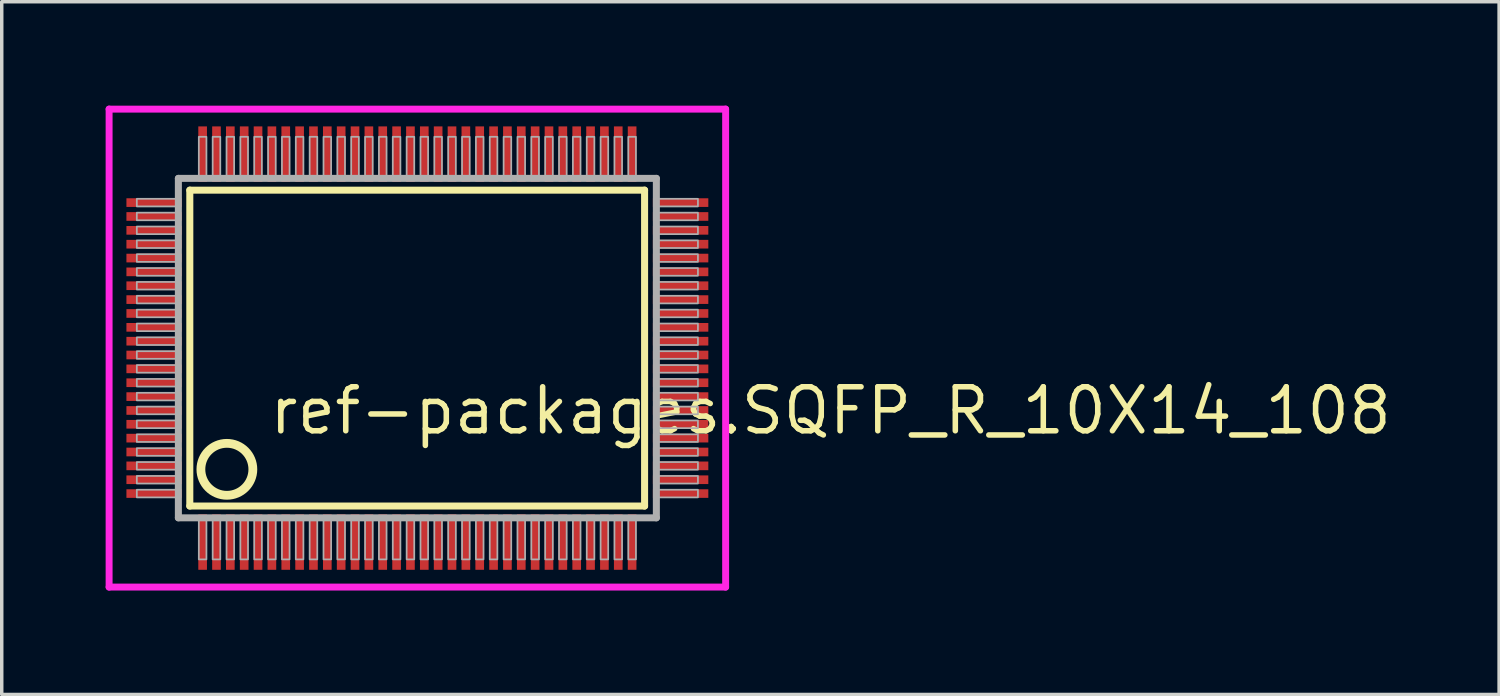
<source format=kicad_pcb>
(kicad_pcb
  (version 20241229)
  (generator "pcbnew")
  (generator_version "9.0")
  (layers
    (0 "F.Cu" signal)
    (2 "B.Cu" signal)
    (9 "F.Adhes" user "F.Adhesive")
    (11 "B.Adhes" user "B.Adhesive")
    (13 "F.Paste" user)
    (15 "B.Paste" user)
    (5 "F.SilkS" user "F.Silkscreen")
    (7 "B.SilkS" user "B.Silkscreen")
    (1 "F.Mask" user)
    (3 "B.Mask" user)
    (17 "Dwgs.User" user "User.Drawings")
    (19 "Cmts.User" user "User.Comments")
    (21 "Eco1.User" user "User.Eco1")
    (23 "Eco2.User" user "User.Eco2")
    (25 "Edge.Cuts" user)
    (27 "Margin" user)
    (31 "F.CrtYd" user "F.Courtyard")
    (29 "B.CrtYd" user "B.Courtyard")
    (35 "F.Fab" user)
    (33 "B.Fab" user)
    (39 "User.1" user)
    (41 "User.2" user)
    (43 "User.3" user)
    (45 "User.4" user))
  (footprint "ref-packages.SQFP_R_10X14_108"
    (layer "F.Cu")
    (at 9 7)
    (property "Reference" "ref-packages.SQFP_R_10X14_108" (at -4.35 2.55 0) (layer "F.SilkS") (effects (font (size 1.27 1.27) (thickness 0.16)) (justify left bottom)))
    (attr smd)
    (fp_line (start -6.57 -4.56) (end 6.56 -4.56) (stroke (width 0.203) (type default)) (layer "F.SilkS"))
    (fp_line (start -6.57 4.56) (end -6.57 -4.56) (stroke (width 0.203) (type default)) (layer "F.SilkS"))
    (fp_line (start 6.56 -4.56) (end 6.56 4.56) (stroke (width 0.203) (type default)) (layer "F.SilkS"))
    (fp_line (start 6.56 4.56) (end -6.57 4.56) (stroke (width 0.203) (type default)) (layer "F.SilkS"))
    (fp_circle (center -5.5 3.5) (end -4.75 3.5) (stroke (width 0.254) (type default)) (fill no) (layer "F.SilkS"))
    (fp_line (start -8.9 -6.9) (end 8.9 -6.9) (stroke (width 0.2) (type default)) (layer "F.CrtYd"))
    (fp_line (start -8.9 6.9) (end -8.9 -6.9) (stroke (width 0.2) (type default)) (layer "F.CrtYd"))
    (fp_line (start 8.9 -6.9) (end 8.9 6.9) (stroke (width 0.2) (type default)) (layer "F.CrtYd"))
    (fp_line (start 8.9 6.9) (end -8.9 6.9) (stroke (width 0.2) (type default)) (layer "F.CrtYd"))
    (fp_line (start -6.9 -4.9) (end -6.9 4.9) (stroke (width 0.203) (type default)) (layer "F.Fab"))
    (fp_line (start -6.9 4.9) (end 6.9 4.9) (stroke (width 0.203) (type default)) (layer "F.Fab"))
    (fp_line (start 6.9 -4.9) (end -6.9 -4.9) (stroke (width 0.203) (type default)) (layer "F.Fab"))
    (fp_line (start 6.9 4.9) (end 6.9 -4.9) (stroke (width 0.203) (type default)) (layer "F.Fab"))
    (fp_rect (start -8.1 -4.09) (end -6.95 -4.31) (stroke (width 0.05) (type default)) (fill no) (layer "F.Fab"))
    (fp_rect (start -8.1 -3.69) (end -6.95 -3.91) (stroke (width 0.05) (type default)) (fill no) (layer "F.Fab"))
    (fp_rect (start -8.1 -3.29) (end -6.95 -3.51) (stroke (width 0.05) (type default)) (fill no) (layer "F.Fab"))
    (fp_rect (start -8.1 -2.89) (end -6.95 -3.11) (stroke (width 0.05) (type default)) (fill no) (layer "F.Fab"))
    (fp_rect (start -8.1 -2.49) (end -6.95 -2.71) (stroke (width 0.05) (type default)) (fill no) (layer "F.Fab"))
    (fp_rect (start -8.1 -2.09) (end -6.95 -2.31) (stroke (width 0.05) (type default)) (fill no) (layer "F.Fab"))
    (fp_rect (start -8.1 -1.69) (end -6.95 -1.91) (stroke (width 0.05) (type default)) (fill no) (layer "F.Fab"))
    (fp_rect (start -8.1 -1.29) (end -6.95 -1.51) (stroke (width 0.05) (type default)) (fill no) (layer "F.Fab"))
    (fp_rect (start -8.1 -0.89) (end -6.95 -1.11) (stroke (width 0.05) (type default)) (fill no) (layer "F.Fab"))
    (fp_rect (start -8.1 -0.49) (end -6.95 -0.71) (stroke (width 0.05) (type default)) (fill no) (layer "F.Fab"))
    (fp_rect (start -8.1 -0.09) (end -6.95 -0.31) (stroke (width 0.05) (type default)) (fill no) (layer "F.Fab"))
    (fp_rect (start -8.1 0.31) (end -6.95 0.09) (stroke (width 0.05) (type default)) (fill no) (layer "F.Fab"))
    (fp_rect (start -8.1 0.71) (end -6.95 0.49) (stroke (width 0.05) (type default)) (fill no) (layer "F.Fab"))
    (fp_rect (start -8.1 1.11) (end -6.95 0.89) (stroke (width 0.05) (type default)) (fill no) (layer "F.Fab"))
    (fp_rect (start -8.1 1.51) (end -6.95 1.29) (stroke (width 0.05) (type default)) (fill no) (layer "F.Fab"))
    (fp_rect (start -8.1 1.91) (end -6.95 1.69) (stroke (width 0.05) (type default)) (fill no) (layer "F.Fab"))
    (fp_rect (start -8.1 2.31) (end -6.95 2.09) (stroke (width 0.05) (type default)) (fill no) (layer "F.Fab"))
    (fp_rect (start -8.1 2.71) (end -6.95 2.49) (stroke (width 0.05) (type default)) (fill no) (layer "F.Fab"))
    (fp_rect (start -8.1 3.11) (end -6.95 2.89) (stroke (width 0.05) (type default)) (fill no) (layer "F.Fab"))
    (fp_rect (start -8.1 3.51) (end -6.95 3.29) (stroke (width 0.05) (type default)) (fill no) (layer "F.Fab"))
    (fp_rect (start -8.1 3.91) (end -6.95 3.69) (stroke (width 0.05) (type default)) (fill no) (layer "F.Fab"))
    (fp_rect (start -8.1 4.31) (end -6.95 4.09) (stroke (width 0.05) (type default)) (fill no) (layer "F.Fab"))
    (fp_rect (start -6.31 -4.95) (end -6.09 -6.1) (stroke (width 0.05) (type default)) (fill no) (layer "F.Fab"))
    (fp_rect (start -6.31 6.1) (end -6.09 4.95) (stroke (width 0.05) (type default)) (fill no) (layer "F.Fab"))
    (fp_rect (start -5.91 -4.95) (end -5.69 -6.1) (stroke (width 0.05) (type default)) (fill no) (layer "F.Fab"))
    (fp_rect (start -5.91 6.1) (end -5.69 4.95) (stroke (width 0.05) (type default)) (fill no) (layer "F.Fab"))
    (fp_rect (start -5.51 -4.95) (end -5.29 -6.1) (stroke (width 0.05) (type default)) (fill no) (layer "F.Fab"))
    (fp_rect (start -5.51 6.1) (end -5.29 4.95) (stroke (width 0.05) (type default)) (fill no) (layer "F.Fab"))
    (fp_rect (start -5.11 -4.95) (end -4.89 -6.1) (stroke (width 0.05) (type default)) (fill no) (layer "F.Fab"))
    (fp_rect (start -5.11 6.1) (end -4.89 4.95) (stroke (width 0.05) (type default)) (fill no) (layer "F.Fab"))
    (fp_rect (start -4.71 -4.95) (end -4.49 -6.1) (stroke (width 0.05) (type default)) (fill no) (layer "F.Fab"))
    (fp_rect (start -4.71 6.1) (end -4.49 4.95) (stroke (width 0.05) (type default)) (fill no) (layer "F.Fab"))
    (fp_rect (start -4.31 -4.95) (end -4.09 -6.1) (stroke (width 0.05) (type default)) (fill no) (layer "F.Fab"))
    (fp_rect (start -4.31 6.1) (end -4.09 4.95) (stroke (width 0.05) (type default)) (fill no) (layer "F.Fab"))
    (fp_rect (start -3.91 -4.95) (end -3.69 -6.1) (stroke (width 0.05) (type default)) (fill no) (layer "F.Fab"))
    (fp_rect (start -3.91 6.1) (end -3.69 4.95) (stroke (width 0.05) (type default)) (fill no) (layer "F.Fab"))
    (fp_rect (start -3.51 -4.95) (end -3.29 -6.1) (stroke (width 0.05) (type default)) (fill no) (layer "F.Fab"))
    (fp_rect (start -3.51 6.1) (end -3.29 4.95) (stroke (width 0.05) (type default)) (fill no) (layer "F.Fab"))
    (fp_rect (start -3.11 -4.95) (end -2.89 -6.1) (stroke (width 0.05) (type default)) (fill no) (layer "F.Fab"))
    (fp_rect (start -3.11 6.1) (end -2.89 4.95) (stroke (width 0.05) (type default)) (fill no) (layer "F.Fab"))
    (fp_rect (start -2.71 -4.95) (end -2.49 -6.1) (stroke (width 0.05) (type default)) (fill no) (layer "F.Fab"))
    (fp_rect (start -2.71 6.1) (end -2.49 4.95) (stroke (width 0.05) (type default)) (fill no) (layer "F.Fab"))
    (fp_rect (start -2.31 -4.95) (end -2.09 -6.1) (stroke (width 0.05) (type default)) (fill no) (layer "F.Fab"))
    (fp_rect (start -2.31 6.1) (end -2.09 4.95) (stroke (width 0.05) (type default)) (fill no) (layer "F.Fab"))
    (fp_rect (start -1.91 -4.95) (end -1.69 -6.1) (stroke (width 0.05) (type default)) (fill no) (layer "F.Fab"))
    (fp_rect (start -1.91 6.1) (end -1.69 4.95) (stroke (width 0.05) (type default)) (fill no) (layer "F.Fab"))
    (fp_rect (start -1.51 -4.95) (end -1.29 -6.1) (stroke (width 0.05) (type default)) (fill no) (layer "F.Fab"))
    (fp_rect (start -1.51 6.1) (end -1.29 4.95) (stroke (width 0.05) (type default)) (fill no) (layer "F.Fab"))
    (fp_rect (start -1.11 -4.95) (end -0.89 -6.1) (stroke (width 0.05) (type default)) (fill no) (layer "F.Fab"))
    (fp_rect (start -1.11 6.1) (end -0.89 4.95) (stroke (width 0.05) (type default)) (fill no) (layer "F.Fab"))
    (fp_rect (start -0.71 -4.95) (end -0.49 -6.1) (stroke (width 0.05) (type default)) (fill no) (layer "F.Fab"))
    (fp_rect (start -0.71 6.1) (end -0.49 4.95) (stroke (width 0.05) (type default)) (fill no) (layer "F.Fab"))
    (fp_rect (start -0.31 -4.95) (end -0.09 -6.1) (stroke (width 0.05) (type default)) (fill no) (layer "F.Fab"))
    (fp_rect (start -0.31 6.1) (end -0.09 4.95) (stroke (width 0.05) (type default)) (fill no) (layer "F.Fab"))
    (fp_rect (start 0.09 -4.95) (end 0.31 -6.1) (stroke (width 0.05) (type default)) (fill no) (layer "F.Fab"))
    (fp_rect (start 0.09 6.1) (end 0.31 4.95) (stroke (width 0.05) (type default)) (fill no) (layer "F.Fab"))
    (fp_rect (start 0.49 -4.95) (end 0.71 -6.1) (stroke (width 0.05) (type default)) (fill no) (layer "F.Fab"))
    (fp_rect (start 0.49 6.1) (end 0.71 4.95) (stroke (width 0.05) (type default)) (fill no) (layer "F.Fab"))
    (fp_rect (start 0.89 -4.95) (end 1.11 -6.1) (stroke (width 0.05) (type default)) (fill no) (layer "F.Fab"))
    (fp_rect (start 0.89 6.1) (end 1.11 4.95) (stroke (width 0.05) (type default)) (fill no) (layer "F.Fab"))
    (fp_rect (start 1.29 -4.95) (end 1.51 -6.1) (stroke (width 0.05) (type default)) (fill no) (layer "F.Fab"))
    (fp_rect (start 1.29 6.1) (end 1.51 4.95) (stroke (width 0.05) (type default)) (fill no) (layer "F.Fab"))
    (fp_rect (start 1.69 -4.95) (end 1.91 -6.1) (stroke (width 0.05) (type default)) (fill no) (layer "F.Fab"))
    (fp_rect (start 1.69 6.1) (end 1.91 4.95) (stroke (width 0.05) (type default)) (fill no) (layer "F.Fab"))
    (fp_rect (start 2.09 -4.95) (end 2.31 -6.1) (stroke (width 0.05) (type default)) (fill no) (layer "F.Fab"))
    (fp_rect (start 2.09 6.1) (end 2.31 4.95) (stroke (width 0.05) (type default)) (fill no) (layer "F.Fab"))
    (fp_rect (start 2.49 -4.95) (end 2.71 -6.1) (stroke (width 0.05) (type default)) (fill no) (layer "F.Fab"))
    (fp_rect (start 2.49 6.1) (end 2.71 4.95) (stroke (width 0.05) (type default)) (fill no) (layer "F.Fab"))
    (fp_rect (start 2.89 -4.95) (end 3.11 -6.1) (stroke (width 0.05) (type default)) (fill no) (layer "F.Fab"))
    (fp_rect (start 2.89 6.1) (end 3.11 4.95) (stroke (width 0.05) (type default)) (fill no) (layer "F.Fab"))
    (fp_rect (start 3.29 -4.95) (end 3.51 -6.1) (stroke (width 0.05) (type default)) (fill no) (layer "F.Fab"))
    (fp_rect (start 3.29 6.1) (end 3.51 4.95) (stroke (width 0.05) (type default)) (fill no) (layer "F.Fab"))
    (fp_rect (start 3.69 -4.95) (end 3.91 -6.1) (stroke (width 0.05) (type default)) (fill no) (layer "F.Fab"))
    (fp_rect (start 3.69 6.1) (end 3.91 4.95) (stroke (width 0.05) (type default)) (fill no) (layer "F.Fab"))
    (fp_rect (start 4.09 -4.95) (end 4.31 -6.1) (stroke (width 0.05) (type default)) (fill no) (layer "F.Fab"))
    (fp_rect (start 4.09 6.1) (end 4.31 4.95) (stroke (width 0.05) (type default)) (fill no) (layer "F.Fab"))
    (fp_rect (start 4.49 -4.95) (end 4.71 -6.1) (stroke (width 0.05) (type default)) (fill no) (layer "F.Fab"))
    (fp_rect (start 4.49 6.1) (end 4.71 4.95) (stroke (width 0.05) (type default)) (fill no) (layer "F.Fab"))
    (fp_rect (start 4.89 -4.95) (end 5.11 -6.1) (stroke (width 0.05) (type default)) (fill no) (layer "F.Fab"))
    (fp_rect (start 4.89 6.1) (end 5.11 4.95) (stroke (width 0.05) (type default)) (fill no) (layer "F.Fab"))
    (fp_rect (start 5.29 -4.95) (end 5.51 -6.1) (stroke (width 0.05) (type default)) (fill no) (layer "F.Fab"))
    (fp_rect (start 5.29 6.1) (end 5.51 4.95) (stroke (width 0.05) (type default)) (fill no) (layer "F.Fab"))
    (fp_rect (start 5.69 -4.95) (end 5.91 -6.1) (stroke (width 0.05) (type default)) (fill no) (layer "F.Fab"))
    (fp_rect (start 5.69 6.1) (end 5.91 4.95) (stroke (width 0.05) (type default)) (fill no) (layer "F.Fab"))
    (fp_rect (start 6.09 -4.95) (end 6.31 -6.1) (stroke (width 0.05) (type default)) (fill no) (layer "F.Fab"))
    (fp_rect (start 6.09 6.1) (end 6.31 4.95) (stroke (width 0.05) (type default)) (fill no) (layer "F.Fab"))
    (fp_rect (start 6.95 -4.09) (end 8.1 -4.31) (stroke (width 0.05) (type default)) (fill no) (layer "F.Fab"))
    (fp_rect (start 6.95 -3.69) (end 8.1 -3.91) (stroke (width 0.05) (type default)) (fill no) (layer "F.Fab"))
    (fp_rect (start 6.95 -3.29) (end 8.1 -3.51) (stroke (width 0.05) (type default)) (fill no) (layer "F.Fab"))
    (fp_rect (start 6.95 -2.89) (end 8.1 -3.11) (stroke (width 0.05) (type default)) (fill no) (layer "F.Fab"))
    (fp_rect (start 6.95 -2.49) (end 8.1 -2.71) (stroke (width 0.05) (type default)) (fill no) (layer "F.Fab"))
    (fp_rect (start 6.95 -2.09) (end 8.1 -2.31) (stroke (width 0.05) (type default)) (fill no) (layer "F.Fab"))
    (fp_rect (start 6.95 -1.69) (end 8.1 -1.91) (stroke (width 0.05) (type default)) (fill no) (layer "F.Fab"))
    (fp_rect (start 6.95 -1.29) (end 8.1 -1.51) (stroke (width 0.05) (type default)) (fill no) (layer "F.Fab"))
    (fp_rect (start 6.95 -0.89) (end 8.1 -1.11) (stroke (width 0.05) (type default)) (fill no) (layer "F.Fab"))
    (fp_rect (start 6.95 -0.49) (end 8.1 -0.71) (stroke (width 0.05) (type default)) (fill no) (layer "F.Fab"))
    (fp_rect (start 6.95 -0.09) (end 8.1 -0.31) (stroke (width 0.05) (type default)) (fill no) (layer "F.Fab"))
    (fp_rect (start 6.95 0.31) (end 8.1 0.09) (stroke (width 0.05) (type default)) (fill no) (layer "F.Fab"))
    (fp_rect (start 6.95 0.71) (end 8.1 0.49) (stroke (width 0.05) (type default)) (fill no) (layer "F.Fab"))
    (fp_rect (start 6.95 1.11) (end 8.1 0.89) (stroke (width 0.05) (type default)) (fill no) (layer "F.Fab"))
    (fp_rect (start 6.95 1.51) (end 8.1 1.29) (stroke (width 0.05) (type default)) (fill no) (layer "F.Fab"))
    (fp_rect (start 6.95 1.91) (end 8.1 1.69) (stroke (width 0.05) (type default)) (fill no) (layer "F.Fab"))
    (fp_rect (start 6.95 2.31) (end 8.1 2.09) (stroke (width 0.05) (type default)) (fill no) (layer "F.Fab"))
    (fp_rect (start 6.95 2.71) (end 8.1 2.49) (stroke (width 0.05) (type default)) (fill no) (layer "F.Fab"))
    (fp_rect (start 6.95 3.11) (end 8.1 2.89) (stroke (width 0.05) (type default)) (fill no) (layer "F.Fab"))
    (fp_rect (start 6.95 3.51) (end 8.1 3.29) (stroke (width 0.05) (type default)) (fill no) (layer "F.Fab"))
    (fp_rect (start 6.95 3.91) (end 8.1 3.69) (stroke (width 0.05) (type default)) (fill no) (layer "F.Fab"))
    (fp_rect (start 6.95 4.31) (end 8.1 4.09) (stroke (width 0.05) (type default)) (fill no) (layer "F.Fab"))
    (pad "1" smd roundrect (at -6.2 5.6) (size 0.25 1.6) (layers "F.Cu" "F.Mask" "F.Paste") (roundrect_rratio 0.01))
    (pad "2" smd roundrect (at -5.8 5.6) (size 0.25 1.6) (layers "F.Cu" "F.Mask" "F.Paste") (roundrect_rratio 0.01))
    (pad "3" smd roundrect (at -5.4 5.6) (size 0.25 1.6) (layers "F.Cu" "F.Mask" "F.Paste") (roundrect_rratio 0.01))
    (pad "4" smd roundrect (at -5 5.6) (size 0.25 1.6) (layers "F.Cu" "F.Mask" "F.Paste") (roundrect_rratio 0.01))
    (pad "5" smd roundrect (at -4.6 5.6) (size 0.25 1.6) (layers "F.Cu" "F.Mask" "F.Paste") (roundrect_rratio 0.01))
    (pad "6" smd roundrect (at -4.2 5.6) (size 0.25 1.6) (layers "F.Cu" "F.Mask" "F.Paste") (roundrect_rratio 0.01))
    (pad "7" smd roundrect (at -3.8 5.6) (size 0.25 1.6) (layers "F.Cu" "F.Mask" "F.Paste") (roundrect_rratio 0.01))
    (pad "8" smd roundrect (at -3.4 5.6) (size 0.25 1.6) (layers "F.Cu" "F.Mask" "F.Paste") (roundrect_rratio 0.01))
    (pad "9" smd roundrect (at -3 5.6) (size 0.25 1.6) (layers "F.Cu" "F.Mask" "F.Paste") (roundrect_rratio 0.01))
    (pad "10" smd roundrect (at -2.6 5.6) (size 0.25 1.6) (layers "F.Cu" "F.Mask" "F.Paste") (roundrect_rratio 0.01))
    (pad "11" smd roundrect (at -2.2 5.6) (size 0.25 1.6) (layers "F.Cu" "F.Mask" "F.Paste") (roundrect_rratio 0.01))
    (pad "12" smd roundrect (at -1.8 5.6) (size 0.25 1.6) (layers "F.Cu" "F.Mask" "F.Paste") (roundrect_rratio 0.01))
    (pad "13" smd roundrect (at -1.4 5.6) (size 0.25 1.6) (layers "F.Cu" "F.Mask" "F.Paste") (roundrect_rratio 0.01))
    (pad "14" smd roundrect (at -1 5.6) (size 0.25 1.6) (layers "F.Cu" "F.Mask" "F.Paste") (roundrect_rratio 0.01))
    (pad "15" smd roundrect (at -0.6 5.6) (size 0.25 1.6) (layers "F.Cu" "F.Mask" "F.Paste") (roundrect_rratio 0.01))
    (pad "16" smd roundrect (at -0.2 5.6) (size 0.25 1.6) (layers "F.Cu" "F.Mask" "F.Paste") (roundrect_rratio 0.01))
    (pad "17" smd roundrect (at 0.2 5.6) (size 0.25 1.6) (layers "F.Cu" "F.Mask" "F.Paste") (roundrect_rratio 0.01))
    (pad "18" smd roundrect (at 0.6 5.6) (size 0.25 1.6) (layers "F.Cu" "F.Mask" "F.Paste") (roundrect_rratio 0.01))
    (pad "19" smd roundrect (at 1 5.6) (size 0.25 1.6) (layers "F.Cu" "F.Mask" "F.Paste") (roundrect_rratio 0.01))
    (pad "20" smd roundrect (at 1.4 5.6) (size 0.25 1.6) (layers "F.Cu" "F.Mask" "F.Paste") (roundrect_rratio 0.01))
    (pad "21" smd roundrect (at 1.8 5.6) (size 0.25 1.6) (layers "F.Cu" "F.Mask" "F.Paste") (roundrect_rratio 0.01))
    (pad "22" smd roundrect (at 2.2 5.6) (size 0.25 1.6) (layers "F.Cu" "F.Mask" "F.Paste") (roundrect_rratio 0.01))
    (pad "23" smd roundrect (at 2.6 5.6) (size 0.25 1.6) (layers "F.Cu" "F.Mask" "F.Paste") (roundrect_rratio 0.01))
    (pad "24" smd roundrect (at 3 5.6) (size 0.25 1.6) (layers "F.Cu" "F.Mask" "F.Paste") (roundrect_rratio 0.01))
    (pad "25" smd roundrect (at 3.4 5.6) (size 0.25 1.6) (layers "F.Cu" "F.Mask" "F.Paste") (roundrect_rratio 0.01))
    (pad "26" smd roundrect (at 3.8 5.6) (size 0.25 1.6) (layers "F.Cu" "F.Mask" "F.Paste") (roundrect_rratio 0.01))
    (pad "27" smd roundrect (at 4.2 5.6) (size 0.25 1.6) (layers "F.Cu" "F.Mask" "F.Paste") (roundrect_rratio 0.01))
    (pad "28" smd roundrect (at 4.6 5.6) (size 0.25 1.6) (layers "F.Cu" "F.Mask" "F.Paste") (roundrect_rratio 0.01))
    (pad "29" smd roundrect (at 5 5.6) (size 0.25 1.6) (layers "F.Cu" "F.Mask" "F.Paste") (roundrect_rratio 0.01))
    (pad "30" smd roundrect (at 5.4 5.6) (size 0.25 1.6) (layers "F.Cu" "F.Mask" "F.Paste") (roundrect_rratio 0.01))
    (pad "31" smd roundrect (at 5.8 5.6) (size 0.25 1.6) (layers "F.Cu" "F.Mask" "F.Paste") (roundrect_rratio 0.01))
    (pad "32" smd roundrect (at 6.2 5.6) (size 0.25 1.6) (layers "F.Cu" "F.Mask" "F.Paste") (roundrect_rratio 0.01))
    (pad "33" smd roundrect (at 7.6 4.2) (size 1.6 0.25) (layers "F.Cu" "F.Mask" "F.Paste") (roundrect_rratio 0.01))
    (pad "34" smd roundrect (at 7.6 3.8) (size 1.6 0.25) (layers "F.Cu" "F.Mask" "F.Paste") (roundrect_rratio 0.01))
    (pad "35" smd roundrect (at 7.6 3.4) (size 1.6 0.25) (layers "F.Cu" "F.Mask" "F.Paste") (roundrect_rratio 0.01))
    (pad "36" smd roundrect (at 7.6 3) (size 1.6 0.25) (layers "F.Cu" "F.Mask" "F.Paste") (roundrect_rratio 0.01))
    (pad "37" smd roundrect (at 7.6 2.6) (size 1.6 0.25) (layers "F.Cu" "F.Mask" "F.Paste") (roundrect_rratio 0.01))
    (pad "38" smd roundrect (at 7.6 2.2) (size 1.6 0.25) (layers "F.Cu" "F.Mask" "F.Paste") (roundrect_rratio 0.01))
    (pad "39" smd roundrect (at 7.6 1.8) (size 1.6 0.25) (layers "F.Cu" "F.Mask" "F.Paste") (roundrect_rratio 0.01))
    (pad "40" smd roundrect (at 7.6 1.4) (size 1.6 0.25) (layers "F.Cu" "F.Mask" "F.Paste") (roundrect_rratio 0.01))
    (pad "41" smd roundrect (at 7.6 1) (size 1.6 0.25) (layers "F.Cu" "F.Mask" "F.Paste") (roundrect_rratio 0.01))
    (pad "42" smd roundrect (at 7.6 0.6) (size 1.6 0.25) (layers "F.Cu" "F.Mask" "F.Paste") (roundrect_rratio 0.01))
    (pad "43" smd roundrect (at 7.6 0.2) (size 1.6 0.25) (layers "F.Cu" "F.Mask" "F.Paste") (roundrect_rratio 0.01))
    (pad "44" smd roundrect (at 7.6 -0.2) (size 1.6 0.25) (layers "F.Cu" "F.Mask" "F.Paste") (roundrect_rratio 0.01))
    (pad "45" smd roundrect (at 7.6 -0.6) (size 1.6 0.25) (layers "F.Cu" "F.Mask" "F.Paste") (roundrect_rratio 0.01))
    (pad "46" smd roundrect (at 7.6 -1) (size 1.6 0.25) (layers "F.Cu" "F.Mask" "F.Paste") (roundrect_rratio 0.01))
    (pad "47" smd roundrect (at 7.6 -1.4) (size 1.6 0.25) (layers "F.Cu" "F.Mask" "F.Paste") (roundrect_rratio 0.01))
    (pad "48" smd roundrect (at 7.6 -1.8) (size 1.6 0.25) (layers "F.Cu" "F.Mask" "F.Paste") (roundrect_rratio 0.01))
    (pad "49" smd roundrect (at 7.6 -2.2) (size 1.6 0.25) (layers "F.Cu" "F.Mask" "F.Paste") (roundrect_rratio 0.01))
    (pad "50" smd roundrect (at 7.6 -2.6) (size 1.6 0.25) (layers "F.Cu" "F.Mask" "F.Paste") (roundrect_rratio 0.01))
    (pad "51" smd roundrect (at 7.6 -3) (size 1.6 0.25) (layers "F.Cu" "F.Mask" "F.Paste") (roundrect_rratio 0.01))
    (pad "52" smd roundrect (at 7.6 -3.4) (size 1.6 0.25) (layers "F.Cu" "F.Mask" "F.Paste") (roundrect_rratio 0.01))
    (pad "53" smd roundrect (at 7.6 -3.8) (size 1.6 0.25) (layers "F.Cu" "F.Mask" "F.Paste") (roundrect_rratio 0.01))
    (pad "54" smd roundrect (at 7.6 -4.2) (size 1.6 0.25) (layers "F.Cu" "F.Mask" "F.Paste") (roundrect_rratio 0.01))
    (pad "55" smd roundrect (at 6.2 -5.6) (size 0.25 1.6) (layers "F.Cu" "F.Mask" "F.Paste") (roundrect_rratio 0.01))
    (pad "56" smd roundrect (at 5.8 -5.6) (size 0.25 1.6) (layers "F.Cu" "F.Mask" "F.Paste") (roundrect_rratio 0.01))
    (pad "57" smd roundrect (at 5.4 -5.6) (size 0.25 1.6) (layers "F.Cu" "F.Mask" "F.Paste") (roundrect_rratio 0.01))
    (pad "58" smd roundrect (at 5 -5.6) (size 0.25 1.6) (layers "F.Cu" "F.Mask" "F.Paste") (roundrect_rratio 0.01))
    (pad "59" smd roundrect (at 4.6 -5.6) (size 0.25 1.6) (layers "F.Cu" "F.Mask" "F.Paste") (roundrect_rratio 0.01))
    (pad "60" smd roundrect (at 4.2 -5.6) (size 0.25 1.6) (layers "F.Cu" "F.Mask" "F.Paste") (roundrect_rratio 0.01))
    (pad "61" smd roundrect (at 3.8 -5.6) (size 0.25 1.6) (layers "F.Cu" "F.Mask" "F.Paste") (roundrect_rratio 0.01))
    (pad "62" smd roundrect (at 3.4 -5.6) (size 0.25 1.6) (layers "F.Cu" "F.Mask" "F.Paste") (roundrect_rratio 0.01))
    (pad "63" smd roundrect (at 3 -5.6) (size 0.25 1.6) (layers "F.Cu" "F.Mask" "F.Paste") (roundrect_rratio 0.01))
    (pad "64" smd roundrect (at 2.6 -5.6) (size 0.25 1.6) (layers "F.Cu" "F.Mask" "F.Paste") (roundrect_rratio 0.01))
    (pad "65" smd roundrect (at 2.2 -5.6) (size 0.25 1.6) (layers "F.Cu" "F.Mask" "F.Paste") (roundrect_rratio 0.01))
    (pad "66" smd roundrect (at 1.8 -5.6) (size 0.25 1.6) (layers "F.Cu" "F.Mask" "F.Paste") (roundrect_rratio 0.01))
    (pad "67" smd roundrect (at 1.4 -5.6) (size 0.25 1.6) (layers "F.Cu" "F.Mask" "F.Paste") (roundrect_rratio 0.01))
    (pad "68" smd roundrect (at 1 -5.6) (size 0.25 1.6) (layers "F.Cu" "F.Mask" "F.Paste") (roundrect_rratio 0.01))
    (pad "69" smd roundrect (at 0.6 -5.6) (size 0.25 1.6) (layers "F.Cu" "F.Mask" "F.Paste") (roundrect_rratio 0.01))
    (pad "70" smd roundrect (at 0.2 -5.6) (size 0.25 1.6) (layers "F.Cu" "F.Mask" "F.Paste") (roundrect_rratio 0.01))
    (pad "71" smd roundrect (at -0.2 -5.6) (size 0.25 1.6) (layers "F.Cu" "F.Mask" "F.Paste") (roundrect_rratio 0.01))
    (pad "72" smd roundrect (at -0.6 -5.6) (size 0.25 1.6) (layers "F.Cu" "F.Mask" "F.Paste") (roundrect_rratio 0.01))
    (pad "73" smd roundrect (at -1 -5.6) (size 0.25 1.6) (layers "F.Cu" "F.Mask" "F.Paste") (roundrect_rratio 0.01))
    (pad "74" smd roundrect (at -1.4 -5.6) (size 0.25 1.6) (layers "F.Cu" "F.Mask" "F.Paste") (roundrect_rratio 0.01))
    (pad "75" smd roundrect (at -1.8 -5.6) (size 0.25 1.6) (layers "F.Cu" "F.Mask" "F.Paste") (roundrect_rratio 0.01))
    (pad "76" smd roundrect (at -2.2 -5.6) (size 0.25 1.6) (layers "F.Cu" "F.Mask" "F.Paste") (roundrect_rratio 0.01))
    (pad "77" smd roundrect (at -2.6 -5.6) (size 0.25 1.6) (layers "F.Cu" "F.Mask" "F.Paste") (roundrect_rratio 0.01))
    (pad "78" smd roundrect (at -3 -5.6) (size 0.25 1.6) (layers "F.Cu" "F.Mask" "F.Paste") (roundrect_rratio 0.01))
    (pad "79" smd roundrect (at -3.4 -5.6) (size 0.25 1.6) (layers "F.Cu" "F.Mask" "F.Paste") (roundrect_rratio 0.01))
    (pad "80" smd roundrect (at -3.8 -5.6) (size 0.25 1.6) (layers "F.Cu" "F.Mask" "F.Paste") (roundrect_rratio 0.01))
    (pad "81" smd roundrect (at -4.2 -5.6) (size 0.25 1.6) (layers "F.Cu" "F.Mask" "F.Paste") (roundrect_rratio 0.01))
    (pad "82" smd roundrect (at -4.6 -5.6) (size 0.25 1.6) (layers "F.Cu" "F.Mask" "F.Paste") (roundrect_rratio 0.01))
    (pad "83" smd roundrect (at -5 -5.6) (size 0.25 1.6) (layers "F.Cu" "F.Mask" "F.Paste") (roundrect_rratio 0.01))
    (pad "84" smd roundrect (at -5.4 -5.6) (size 0.25 1.6) (layers "F.Cu" "F.Mask" "F.Paste") (roundrect_rratio 0.01))
    (pad "85" smd roundrect (at -5.8 -5.6) (size 0.25 1.6) (layers "F.Cu" "F.Mask" "F.Paste") (roundrect_rratio 0.01))
    (pad "86" smd roundrect (at -6.2 -5.6) (size 0.25 1.6) (layers "F.Cu" "F.Mask" "F.Paste") (roundrect_rratio 0.01))
    (pad "87" smd roundrect (at -7.6 -4.2) (size 1.6 0.25) (layers "F.Cu" "F.Mask" "F.Paste") (roundrect_rratio 0.01))
    (pad "88" smd roundrect (at -7.6 -3.8) (size 1.6 0.25) (layers "F.Cu" "F.Mask" "F.Paste") (roundrect_rratio 0.01))
    (pad "89" smd roundrect (at -7.6 -3.4) (size 1.6 0.25) (layers "F.Cu" "F.Mask" "F.Paste") (roundrect_rratio 0.01))
    (pad "90" smd roundrect (at -7.6 -3) (size 1.6 0.25) (layers "F.Cu" "F.Mask" "F.Paste") (roundrect_rratio 0.01))
    (pad "91" smd roundrect (at -7.6 -2.6) (size 1.6 0.25) (layers "F.Cu" "F.Mask" "F.Paste") (roundrect_rratio 0.01))
    (pad "92" smd roundrect (at -7.6 -2.2) (size 1.6 0.25) (layers "F.Cu" "F.Mask" "F.Paste") (roundrect_rratio 0.01))
    (pad "93" smd roundrect (at -7.6 -1.8) (size 1.6 0.25) (layers "F.Cu" "F.Mask" "F.Paste") (roundrect_rratio 0.01))
    (pad "94" smd roundrect (at -7.6 -1.4) (size 1.6 0.25) (layers "F.Cu" "F.Mask" "F.Paste") (roundrect_rratio 0.01))
    (pad "95" smd roundrect (at -7.6 -1) (size 1.6 0.25) (layers "F.Cu" "F.Mask" "F.Paste") (roundrect_rratio 0.01))
    (pad "96" smd roundrect (at -7.6 -0.6) (size 1.6 0.25) (layers "F.Cu" "F.Mask" "F.Paste") (roundrect_rratio 0.01))
    (pad "97" smd roundrect (at -7.6 -0.2) (size 1.6 0.25) (layers "F.Cu" "F.Mask" "F.Paste") (roundrect_rratio 0.01))
    (pad "98" smd roundrect (at -7.6 0.2) (size 1.6 0.25) (layers "F.Cu" "F.Mask" "F.Paste") (roundrect_rratio 0.01))
    (pad "99" smd roundrect (at -7.6 0.6) (size 1.6 0.25) (layers "F.Cu" "F.Mask" "F.Paste") (roundrect_rratio 0.01))
    (pad "100" smd roundrect (at -7.6 1) (size 1.6 0.25) (layers "F.Cu" "F.Mask" "F.Paste") (roundrect_rratio 0.01))
    (pad "101" smd roundrect (at -7.6 1.4) (size 1.6 0.25) (layers "F.Cu" "F.Mask" "F.Paste") (roundrect_rratio 0.01))
    (pad "102" smd roundrect (at -7.6 1.8) (size 1.6 0.25) (layers "F.Cu" "F.Mask" "F.Paste") (roundrect_rratio 0.01))
    (pad "103" smd roundrect (at -7.6 2.2) (size 1.6 0.25) (layers "F.Cu" "F.Mask" "F.Paste") (roundrect_rratio 0.01))
    (pad "104" smd roundrect (at -7.6 2.6) (size 1.6 0.25) (layers "F.Cu" "F.Mask" "F.Paste") (roundrect_rratio 0.01))
    (pad "105" smd roundrect (at -7.6 3) (size 1.6 0.25) (layers "F.Cu" "F.Mask" "F.Paste") (roundrect_rratio 0.01))
    (pad "106" smd roundrect (at -7.6 3.4) (size 1.6 0.25) (layers "F.Cu" "F.Mask" "F.Paste") (roundrect_rratio 0.01))
    (pad "107" smd roundrect (at -7.6 3.8) (size 1.6 0.25) (layers "F.Cu" "F.Mask" "F.Paste") (roundrect_rratio 0.01))
    (pad "108" smd roundrect (at -7.6 4.2) (size 1.6 0.25) (layers "F.Cu" "F.Mask" "F.Paste") (roundrect_rratio 0.01)))
  (gr_rect
    (start -3 -3)
    (end 40.231 17)
    (stroke (width 0.1) (type default))
    (fill no)
    (layer "Edge.Cuts")))
</source>
